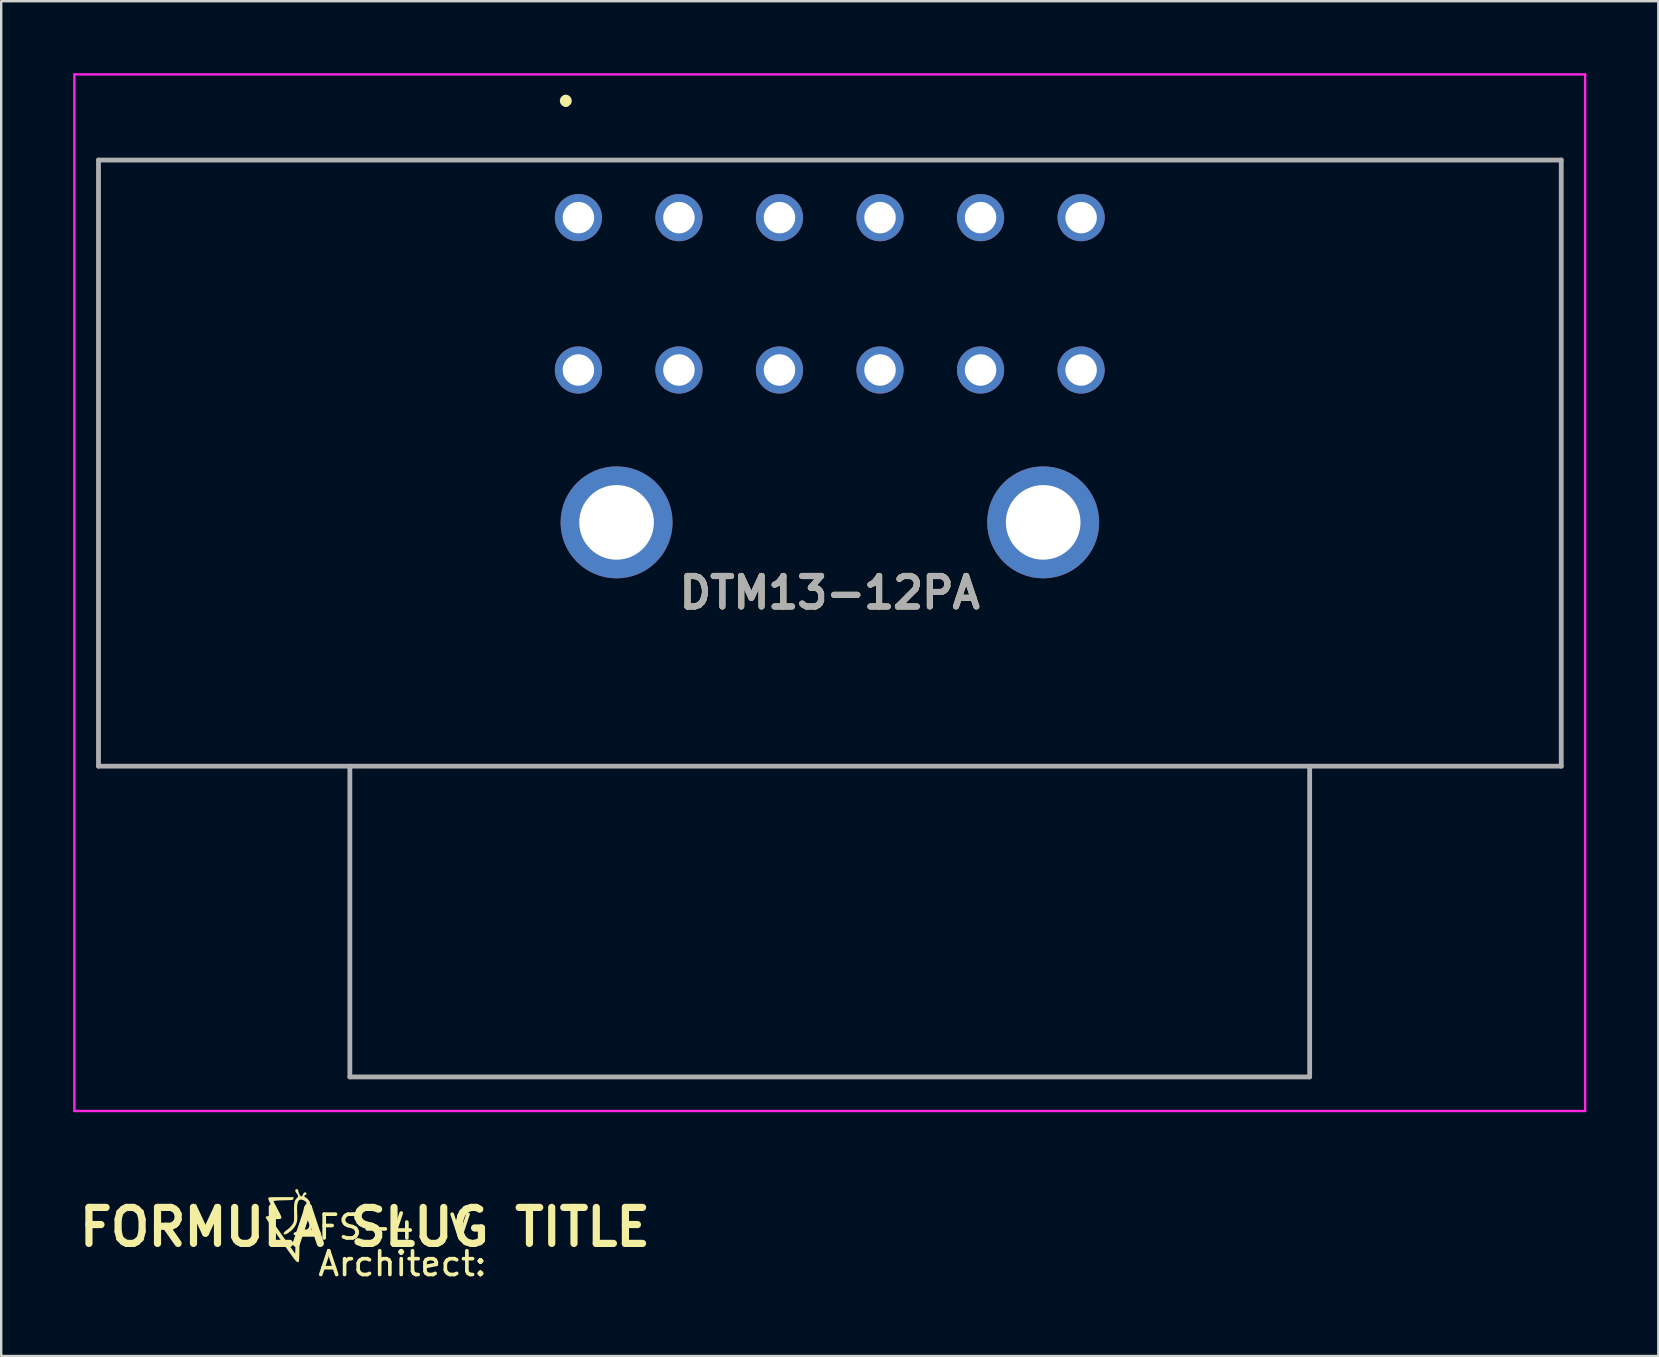
<source format=kicad_pcb>
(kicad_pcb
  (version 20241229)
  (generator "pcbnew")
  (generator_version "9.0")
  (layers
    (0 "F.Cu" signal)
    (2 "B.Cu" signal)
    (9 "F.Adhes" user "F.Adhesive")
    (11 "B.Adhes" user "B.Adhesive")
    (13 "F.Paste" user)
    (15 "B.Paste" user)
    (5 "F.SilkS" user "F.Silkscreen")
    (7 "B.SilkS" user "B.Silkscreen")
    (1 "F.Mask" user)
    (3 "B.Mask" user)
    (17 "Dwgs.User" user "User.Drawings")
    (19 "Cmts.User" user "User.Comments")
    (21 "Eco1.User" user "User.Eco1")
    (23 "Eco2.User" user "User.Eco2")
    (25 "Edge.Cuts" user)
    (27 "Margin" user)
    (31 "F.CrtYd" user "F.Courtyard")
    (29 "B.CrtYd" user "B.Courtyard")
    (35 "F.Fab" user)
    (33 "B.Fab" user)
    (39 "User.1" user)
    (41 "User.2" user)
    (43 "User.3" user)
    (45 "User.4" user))
  (footprint "DTM13-12PA"
    (layer "F.Cu")
    (at 21.055 6.02)
    (property "Reference" "DTM13-12PA" (at 10.475 15.63 0) (layer "F.SilkS") (effects (font (size 1.27 1.27) (thickness 0.254))))
    (attr through_hole)
    (fp_line (start -20 -2.4) (end 40.96 -2.4) (stroke (width 0.1) (type solid)) (layer "F.SilkS"))
    (fp_line (start -20 22.86) (end -20 -2.4) (stroke (width 0.1) (type solid)) (layer "F.SilkS"))
    (fp_line (start -0.525 -4.97) (end -0.525 -4.97) (stroke (width 0.3) (type solid)) (layer "F.SilkS"))
    (fp_line (start -0.525 -4.77) (end -0.525 -4.77) (stroke (width 0.3) (type solid)) (layer "F.SilkS"))
    (fp_line (start 40.96 -2.4) (end 40.96 22.86) (stroke (width 0.1) (type solid)) (layer "F.SilkS"))
    (fp_line (start 40.96 22.86) (end -20 22.86) (stroke (width 0.1) (type solid)) (layer "F.SilkS"))
    (fp_arc (start -0.525 -4.97) (mid -0.425 -4.87) (end -0.525 -4.77) (stroke (width 0.3) (type solid)) (layer "F.SilkS"))
    (fp_arc (start -0.525 -4.77) (mid -0.625 -4.87) (end -0.525 -4.97) (stroke (width 0.3) (type solid)) (layer "F.SilkS"))
    (fp_line (start -21.005 -5.97) (end 41.955 -5.97) (stroke (width 0.1) (type solid)) (layer "F.CrtYd"))
    (fp_line (start -21.005 37.23) (end -21.005 -5.97) (stroke (width 0.1) (type solid)) (layer "F.CrtYd"))
    (fp_line (start 41.955 -5.97) (end 41.955 37.23) (stroke (width 0.1) (type solid)) (layer "F.CrtYd"))
    (fp_line (start 41.955 37.23) (end -21.005 37.23) (stroke (width 0.1) (type solid)) (layer "F.CrtYd"))
    (fp_line (start -20 -2.4) (end -20 22.86) (stroke (width 0.2) (type solid)) (layer "F.Fab"))
    (fp_line (start -20 22.86) (end 40.96 22.86) (stroke (width 0.2) (type solid)) (layer "F.Fab"))
    (fp_line (start -9.525 22.86) (end -9.525 35.81) (stroke (width 0.2) (type solid)) (layer "F.Fab"))
    (fp_line (start -9.525 35.81) (end 30.475 35.81) (stroke (width 0.2) (type solid)) (layer "F.Fab"))
    (fp_line (start 30.475 35.81) (end 30.475 22.86) (stroke (width 0.2) (type solid)) (layer "F.Fab"))
    (fp_line (start 40.96 -2.4) (end -20 -2.4) (stroke (width 0.2) (type solid)) (layer "F.Fab"))
    (fp_line (start 40.96 22.86) (end 40.96 -2.4) (stroke (width 0.2) (type solid)) (layer "F.Fab"))
    (fp_text user "${REFERENCE}" (at 10.475 15.63 0) (layer "F.Fab") (effects (font (size 1.27 1.27) (thickness 0.254))))
    (pad "1" thru_hole circle (at 0 0) (size 1.965 1.965) (drill 1.31) (layers "*.Cu" "*.Mask"))
    (pad "2" thru_hole circle (at 4.19 0) (size 1.965 1.965) (drill 1.31) (layers "*.Cu" "*.Mask"))
    (pad "3" thru_hole circle (at 8.38 0) (size 1.965 1.965) (drill 1.31) (layers "*.Cu" "*.Mask"))
    (pad "4" thru_hole circle (at 12.57 0) (size 1.965 1.965) (drill 1.31) (layers "*.Cu" "*.Mask"))
    (pad "5" thru_hole circle (at 16.76 0) (size 1.965 1.965) (drill 1.31) (layers "*.Cu" "*.Mask"))
    (pad "6" thru_hole circle (at 20.95 0) (size 1.965 1.965) (drill 1.31) (layers "*.Cu" "*.Mask"))
    (pad "7" thru_hole circle (at 20.95 6.35) (size 1.965 1.965) (drill 1.31) (layers "*.Cu" "*.Mask"))
    (pad "8" thru_hole circle (at 16.76 6.35) (size 1.965 1.965) (drill 1.31) (layers "*.Cu" "*.Mask"))
    (pad "9" thru_hole circle (at 12.57 6.35) (size 1.965 1.965) (drill 1.31) (layers "*.Cu" "*.Mask"))
    (pad "10" thru_hole circle (at 8.38 6.35) (size 1.965 1.965) (drill 1.31) (layers "*.Cu" "*.Mask"))
    (pad "11" thru_hole circle (at 4.19 6.35) (size 1.965 1.965) (drill 1.31) (layers "*.Cu" "*.Mask"))
    (pad "12" thru_hole circle (at 0 6.35) (size 1.965 1.965) (drill 1.31) (layers "*.Cu" "*.Mask"))
    (pad "MH1" thru_hole circle (at 1.59 12.7) (size 4.665 4.665) (drill 3.11) (layers "*.Cu" "*.Mask"))
    (pad "MH2" thru_hole circle (at 19.37 12.7) (size 4.665 4.665) (drill 3.11) (layers "*.Cu" "*.Mask")))
  (footprint "FORMULA SLUG TITLE"
    (layer "F.Cu")
    (at 12.157 48.091)
    (property "Reference" "FORMULA SLUG TITLE" (at 0 0 0) (layer "F.SilkS") (effects (font (size 1.5 1.5) (thickness 0.3))))
    (attr board_only exclude_from_pos_files exclude_from_bom)
    (fp_poly (pts (xy -2.979 -1.188) (xy -2.984 -1.164) (xy -2.998 -1.147) (xy -3.029 -1.135) (xy -3.086 -1.128) (xy -3.177 -1.123) (xy -3.31 -1.119) (xy -3.397 -1.118) (xy -3.565 -1.113) (xy -3.692 -1.105) (xy -3.775 -1.095) (xy -3.807 -1.083) (xy -3.807 -1.082) (xy -3.795 -1.048) (xy -3.76 -0.976) (xy -3.709 -0.876) (xy -3.646 -0.758) (xy -3.64 -0.748) (xy -3.559 -0.597) (xy -3.506 -0.489) (xy -3.481 -0.415) (xy -3.485 -0.369) (xy -3.519 -0.345) (xy -3.584 -0.335) (xy -3.68 -0.333) (xy -3.685 -0.333) (xy -3.792 -0.332) (xy -3.854 -0.326) (xy -3.88 -0.314) (xy -3.881 -0.292) (xy -3.879 -0.288) (xy -3.859 -0.255) (xy -3.811 -0.182) (xy -3.739 -0.076) (xy -3.647 0.057) (xy -3.539 0.211) (xy -3.42 0.38) (xy -3.383 0.433) (xy -2.904 1.108) (xy -2.896 0.793) (xy -2.889 0.634) (xy -2.877 0.524) (xy -2.856 0.457) (xy -2.826 0.428) (xy -2.783 0.429) (xy -2.768 0.433) (xy -2.752 0.445) (xy -2.74 0.471) (xy -2.732 0.517) (xy -2.728 0.594) (xy -2.727 0.706) (xy -2.728 0.863) (xy -2.73 0.955) (xy -2.733 1.136) (xy -2.737 1.268) (xy -2.743 1.36) (xy -2.751 1.419) (xy -2.761 1.451) (xy -2.776 1.465) (xy -2.783 1.467) (xy -2.827 1.451) (xy -2.885 1.399) (xy -2.91 1.37) (xy -2.988 1.267) (xy -3.083 1.137) (xy -3.192 0.985) (xy -3.311 0.818) (xy -3.435 0.641) (xy -3.561 0.46) (xy -3.684 0.282) (xy -3.8 0.111) (xy -3.905 -0.045) (xy -3.995 -0.181) (xy -4.066 -0.291) (xy -4.114 -0.368) (xy -4.135 -0.408) (xy -4.135 -0.412) (xy -4.121 -0.436) (xy -4.081 -0.452) (xy -4.006 -0.462) (xy -3.911 -0.467) (xy -3.81 -0.473) (xy -3.734 -0.481) (xy -3.698 -0.49) (xy -3.696 -0.492) (xy -3.708 -0.521) (xy -3.742 -0.59) (xy -3.792 -0.688) (xy -3.854 -0.806) (xy -3.863 -0.822) (xy -3.926 -0.946) (xy -3.979 -1.056) (xy -4.015 -1.141) (xy -4.029 -1.191) (xy -4.03 -1.193) (xy -4.028 -1.213) (xy -4.017 -1.228) (xy -3.991 -1.238) (xy -3.941 -1.245) (xy -3.86 -1.248) (xy -3.741 -1.25) (xy -3.577 -1.251) (xy -3.5 -1.251) (xy -2.97 -1.251)) (stroke (width 0) (type solid)) (fill yes) (layer "F.SilkS"))
    (fp_poly (pts (xy -2.788 -1.565) (xy -2.779 -1.529) (xy -2.767 -1.464) (xy -2.737 -1.388) (xy -2.699 -1.321) (xy -2.662 -1.282) (xy -2.651 -1.278) (xy -2.615 -1.301) (xy -2.598 -1.334) (xy -2.561 -1.408) (xy -2.512 -1.45) (xy -2.465 -1.449) (xy -2.458 -1.444) (xy -2.435 -1.398) (xy -2.449 -1.353) (xy -2.49 -1.334) (xy -2.524 -1.317) (xy -2.524 -1.28) (xy -2.493 -1.245) (xy -2.475 -1.237) (xy -2.412 -1.198) (xy -2.347 -1.131) (xy -2.298 -1.056) (xy -2.279 -0.995) (xy -2.296 -0.94) (xy -2.341 -0.87) (xy -2.362 -0.843) (xy -2.413 -0.778) (xy -2.442 -0.726) (xy -2.446 -0.712) (xy -2.433 -0.669) (xy -2.402 -0.596) (xy -2.373 -0.54) (xy -2.301 -0.401) (xy -2.251 -0.301) (xy -2.22 -0.227) (xy -2.203 -0.168) (xy -2.196 -0.114) (xy -2.195 -0.07) (xy -2.204 0.022) (xy -2.236 0.093) (xy -2.286 0.153) (xy -2.393 0.232) (xy -2.54 0.291) (xy -2.714 0.326) (xy -2.842 0.333) (xy -2.923 0.331) (xy -2.961 0.32) (xy -2.971 0.293) (xy -2.969 0.271) (xy -2.959 0.239) (xy -2.933 0.218) (xy -2.879 0.205) (xy -2.786 0.194) (xy -2.75 0.191) (xy -2.568 0.164) (xy -2.437 0.117) (xy -2.355 0.049) (xy -2.332 0.007) (xy -2.315 -0.066) (xy -2.325 -0.146) (xy -2.365 -0.244) (xy -2.437 -0.372) (xy -2.438 -0.374) (xy -2.522 -0.543) (xy -2.556 -0.692) (xy -2.539 -0.821) (xy -2.487 -0.912) (xy -2.441 -0.972) (xy -2.43 -1.012) (xy -2.449 -1.047) (xy -2.45 -1.047) (xy -2.501 -1.089) (xy -2.574 -1.129) (xy -2.578 -1.13) (xy -2.67 -1.151) (xy -2.741 -1.126) (xy -2.79 -1.054) (xy -2.819 -0.933) (xy -2.828 -0.762) (xy -2.822 -0.59) (xy -2.815 -0.418) (xy -2.822 -0.286) (xy -2.846 -0.177) (xy -2.89 -0.076) (xy -2.949 0.018) (xy -3.017 0.098) (xy -3.105 0.178) (xy -3.2 0.246) (xy -3.286 0.292) (xy -3.34 0.306) (xy -3.385 0.291) (xy -3.387 0.254) (xy -3.351 0.2) (xy -3.279 0.137) (xy -3.25 0.117) (xy -3.151 0.038) (xy -3.061 -0.058) (xy -3.028 -0.104) (xy -2.995 -0.156) (xy -2.973 -0.202) (xy -2.959 -0.252) (xy -2.952 -0.318) (xy -2.95 -0.411) (xy -2.951 -0.543) (xy -2.953 -0.624) (xy -2.954 -0.807) (xy -2.947 -0.945) (xy -2.932 -1.047) (xy -2.906 -1.122) (xy -2.866 -1.18) (xy -2.823 -1.221) (xy -2.785 -1.269) (xy -2.79 -1.325) (xy -2.838 -1.399) (xy -2.851 -1.416) (xy -2.899 -1.491) (xy -2.903 -1.549) (xy -2.866 -1.58) (xy -2.835 -1.584)) (stroke (width 0) (type solid)) (fill yes) (layer "F.SilkS"))
    (fp_text user "Architect: ${COMMENT4}" (at -2.032 1.524 0) (unlocked yes) (layer "F.SilkS") (effects (font (size 0.991 0.991) (thickness 0.152) (bold yes)) (justify left)))
    (fp_text user "${COMPANY}" (at -2.032 -1.524 0) (unlocked yes) (layer "F.SilkS") (effects (font (size 0.991 0.991) (thickness 0.152) (bold yes)) (justify left)))
    (fp_text user "FS-4 ${TITLE} V${REVISION}" (at -2.032 0 0) (unlocked yes) (layer "F.SilkS") (effects (font (size 0.991 0.991) (thickness 0.152) (bold yes)) (justify left))))
  (gr_rect
    (start -3 -3)
    (end 66.06 53.462)
    (stroke (width 0.1) (type default))
    (fill no)
    (layer "Edge.Cuts")))
</source>
